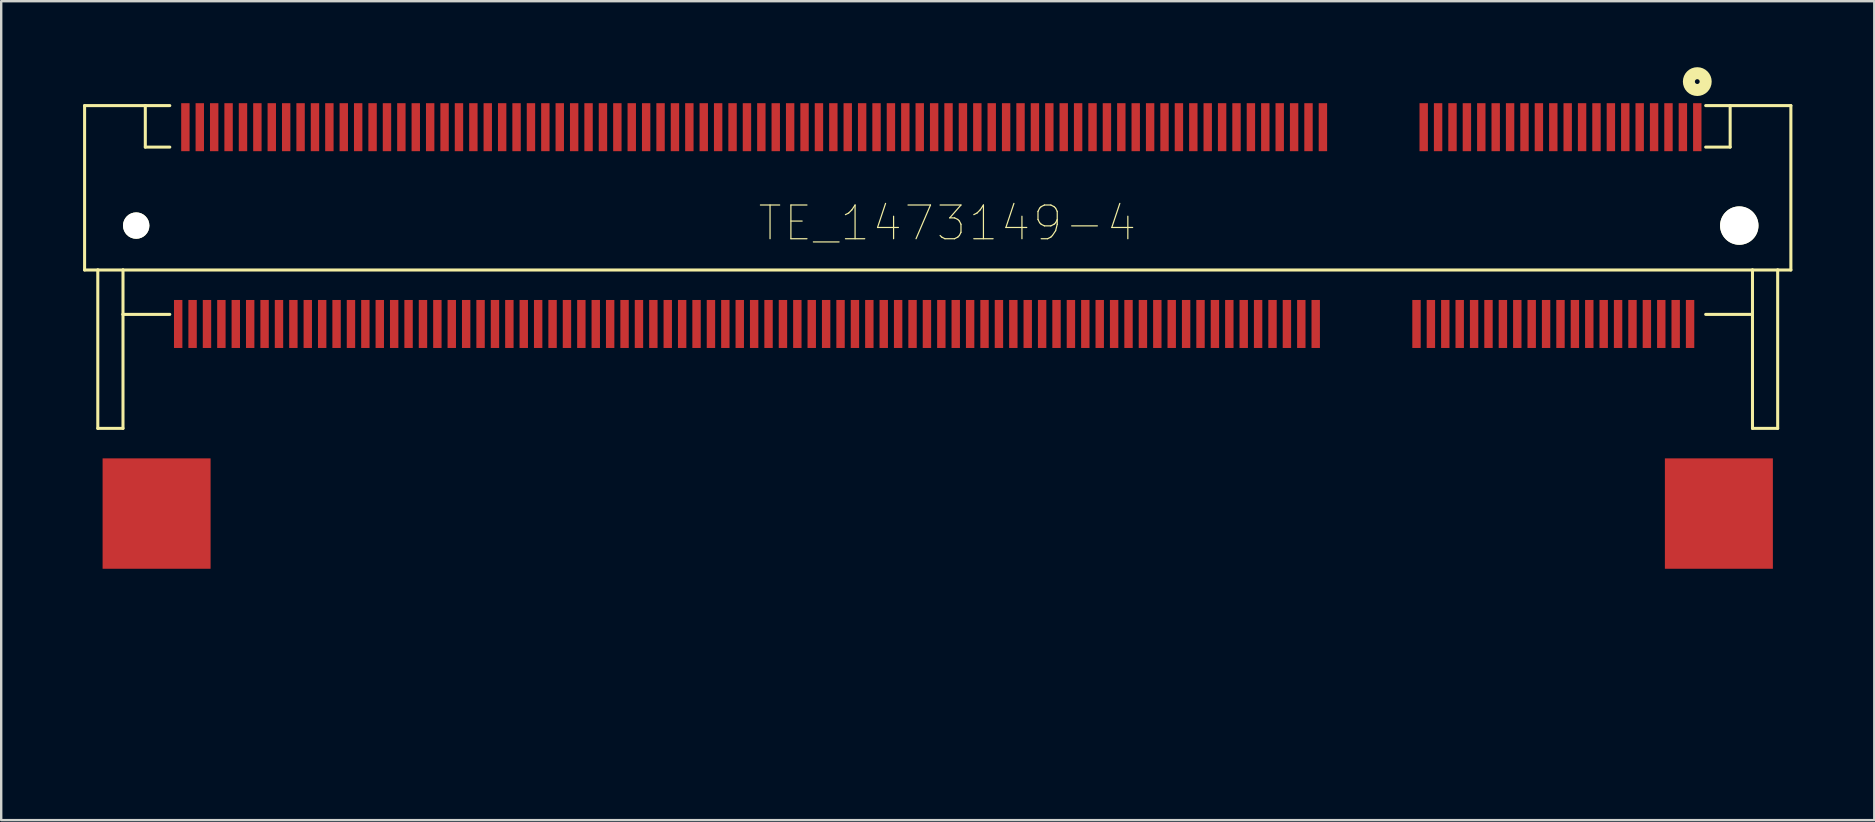
<source format=kicad_pcb>
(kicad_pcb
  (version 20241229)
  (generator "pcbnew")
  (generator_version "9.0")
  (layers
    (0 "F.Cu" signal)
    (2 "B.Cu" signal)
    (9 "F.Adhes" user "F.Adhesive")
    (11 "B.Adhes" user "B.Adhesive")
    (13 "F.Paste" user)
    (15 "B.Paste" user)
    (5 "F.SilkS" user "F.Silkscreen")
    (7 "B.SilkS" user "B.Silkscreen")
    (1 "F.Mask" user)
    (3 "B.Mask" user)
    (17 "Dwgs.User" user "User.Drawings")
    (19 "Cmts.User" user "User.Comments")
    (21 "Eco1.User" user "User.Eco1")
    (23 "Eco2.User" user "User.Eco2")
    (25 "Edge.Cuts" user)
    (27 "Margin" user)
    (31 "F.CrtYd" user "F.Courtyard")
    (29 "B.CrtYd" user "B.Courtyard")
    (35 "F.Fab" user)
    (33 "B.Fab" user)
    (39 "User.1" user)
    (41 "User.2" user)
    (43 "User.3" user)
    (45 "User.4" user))
  (footprint "TE_1473149-4"
    (layer "F.Cu")
    (at 36.025 6.35)
    (property "Reference" "TE_1473149-4" (at 0.4 -0.1 0) (layer "F.SilkS") (effects (font (size 1.404 1.404) (thickness 0.05))))
    (attr smd)
    (fp_line (start -35.55 -5) (end -35.55 1.85) (stroke (width 0.127) (type solid)) (layer "F.SilkS"))
    (fp_line (start -35.55 -5) (end -33.02 -5) (stroke (width 0.127) (type solid)) (layer "F.SilkS"))
    (fp_line (start -35.55 1.85) (end -35 1.85) (stroke (width 0.127) (type solid)) (layer "F.SilkS"))
    (fp_line (start -35 1.85) (end -35 8.45) (stroke (width 0.127) (type solid)) (layer "F.SilkS"))
    (fp_line (start -35 1.85) (end -33.95 1.85) (stroke (width 0.127) (type solid)) (layer "F.SilkS"))
    (fp_line (start -33.95 1.85) (end -33.95 3.7) (stroke (width 0.127) (type solid)) (layer "F.SilkS"))
    (fp_line (start -33.95 1.85) (end 33.95 1.85) (stroke (width 0.127) (type solid)) (layer "F.SilkS"))
    (fp_line (start -33.95 3.7) (end -33.95 8.45) (stroke (width 0.127) (type solid)) (layer "F.SilkS"))
    (fp_line (start -33.95 3.7) (end -32 3.7) (stroke (width 0.127) (type solid)) (layer "F.SilkS"))
    (fp_line (start -33.95 8.45) (end -35 8.45) (stroke (width 0.127) (type solid)) (layer "F.SilkS"))
    (fp_line (start -33.02 -5) (end -33.02 -3.27) (stroke (width 0.127) (type solid)) (layer "F.SilkS"))
    (fp_line (start -33.02 -3.27) (end -32 -3.27) (stroke (width 0.127) (type solid)) (layer "F.SilkS"))
    (fp_line (start -33 -5) (end -32 -5) (stroke (width 0.127) (type solid)) (layer "F.SilkS"))
    (fp_line (start 32 -5) (end 33 -5) (stroke (width 0.127) (type solid)) (layer "F.SilkS"))
    (fp_line (start 32 3.7) (end 33.95 3.7) (stroke (width 0.127) (type solid)) (layer "F.SilkS"))
    (fp_line (start 33.02 -5) (end 33.02 -3.27) (stroke (width 0.127) (type solid)) (layer "F.SilkS"))
    (fp_line (start 33.02 -3.27) (end 32 -3.27) (stroke (width 0.127) (type solid)) (layer "F.SilkS"))
    (fp_line (start 33.95 1.85) (end 33.95 8.45) (stroke (width 0.127) (type solid)) (layer "F.SilkS"))
    (fp_line (start 33.95 1.85) (end 35 1.85) (stroke (width 0.127) (type solid)) (layer "F.SilkS"))
    (fp_line (start 33.95 8.45) (end 35 8.45) (stroke (width 0.127) (type solid)) (layer "F.SilkS"))
    (fp_line (start 35 1.85) (end 35.55 1.85) (stroke (width 0.127) (type solid)) (layer "F.SilkS"))
    (fp_line (start 35 8.45) (end 35 1.85) (stroke (width 0.127) (type solid)) (layer "F.SilkS"))
    (fp_line (start 35.55 -5) (end 33.02 -5) (stroke (width 0.127) (type solid)) (layer "F.SilkS"))
    (fp_line (start 35.55 1.85) (end 35.55 -5) (stroke (width 0.127) (type solid)) (layer "F.SilkS"))
    (fp_circle (center 31.65 -6) (end 31.75 -6) (stroke (width 0.5) (type solid)) (fill no) (layer "F.SilkS"))
    (fp_line (start -36 -5.35) (end 36 -5.35) (stroke (width 0.05) (type solid)) (layer "Eco1.User"))
    (fp_line (start -36 21.75) (end -36 -5.35) (stroke (width 0.05) (type solid)) (layer "Eco1.User"))
    (fp_line (start -36 21.75) (end -30.05 21.75) (stroke (width 0.05) (type solid)) (layer "Eco1.User"))
    (fp_line (start -30.05 5.35) (end 30.05 5.35) (stroke (width 0.05) (type solid)) (layer "Eco1.User"))
    (fp_line (start -30.05 21.75) (end -30.05 5.35) (stroke (width 0.05) (type solid)) (layer "Eco1.User"))
    (fp_line (start 30.05 5.35) (end 30.05 21.75) (stroke (width 0.05) (type solid)) (layer "Eco1.User"))
    (fp_line (start 30.05 21.75) (end 36 21.75) (stroke (width 0.05) (type solid)) (layer "Eco1.User"))
    (fp_line (start 36 -5.35) (end 36 21.75) (stroke (width 0.05) (type solid)) (layer "Eco1.User"))
    (fp_line (start -35.75 10.4) (end -35.75 16.45) (stroke (width 0.127) (type solid)) (layer "Eco2.User"))
    (fp_line (start -35.7 16.45) (end -35.4 16.45) (stroke (width 0.127) (type solid)) (layer "Eco2.User"))
    (fp_line (start -35.55 -5) (end -35.55 1.85) (stroke (width 0.127) (type solid)) (layer "Eco2.User"))
    (fp_line (start -35.55 1.85) (end -35 1.85) (stroke (width 0.127) (type solid)) (layer "Eco2.User"))
    (fp_line (start -35.4 16) (end -35.4 10.6) (stroke (width 0.127) (type solid)) (layer "Eco2.User"))
    (fp_line (start -35.4 16.45) (end -35.4 16) (stroke (width 0.127) (type solid)) (layer "Eco2.User"))
    (fp_line (start -35.3 15.2) (end -33.6 15.2) (stroke (width 0.127) (type solid)) (layer "Eco2.User"))
    (fp_line (start -35 1.85) (end -35 8.45) (stroke (width 0.127) (type solid)) (layer "Eco2.User"))
    (fp_line (start -35 1.85) (end -33.95 1.85) (stroke (width 0.127) (type solid)) (layer "Eco2.User"))
    (fp_line (start -35 8.45) (end -35 9.9) (stroke (width 0.127) (type solid)) (layer "Eco2.User"))
    (fp_line (start -35 8.45) (end -33.95 8.45) (stroke (width 0.127) (type solid)) (layer "Eco2.User"))
    (fp_line (start -35 9.9) (end -35.75 10.4) (stroke (width 0.127) (type solid)) (layer "Eco2.User"))
    (fp_line (start -34.7 8.5) (end -34.7 10.1) (stroke (width 0.127) (type solid)) (layer "Eco2.User"))
    (fp_line (start -34.7 10.1) (end -35.4 10.6) (stroke (width 0.127) (type solid)) (layer "Eco2.User"))
    (fp_line (start -34.6 8.5) (end -34.2 16.4) (stroke (width 0.127) (type solid)) (layer "Eco2.User"))
    (fp_line (start -34.6 17.8) (end -34.6 20.75) (stroke (width 0.127) (type solid)) (layer "Eco2.User"))
    (fp_line (start -34.6 17.9) (end -34.5 16.4) (stroke (width 0.127) (type solid)) (layer "Eco2.User"))
    (fp_line (start -34.5 16.4) (end -33.2 16.6) (stroke (width 0.127) (type solid)) (layer "Eco2.User"))
    (fp_line (start -34.3 17.9) (end -34.6 17.9) (stroke (width 0.127) (type solid)) (layer "Eco2.User"))
    (fp_line (start -34.3 20.7) (end -34.3 17.9) (stroke (width 0.127) (type solid)) (layer "Eco2.User"))
    (fp_line (start -34.2 16.4) (end -33.9 16.4) (stroke (width 0.127) (type solid)) (layer "Eco2.User"))
    (fp_line (start -33.95 1.85) (end 33.95 1.85) (stroke (width 0.127) (type solid)) (layer "Eco2.User"))
    (fp_line (start -33.95 3.7) (end -33.95 1.85) (stroke (width 0.127) (type solid)) (layer "Eco2.User"))
    (fp_line (start -33.95 8.45) (end -33.95 3.7) (stroke (width 0.127) (type solid)) (layer "Eco2.User"))
    (fp_line (start -33.9 16.4) (end -34.3 8.5) (stroke (width 0.127) (type solid)) (layer "Eco2.User"))
    (fp_line (start -33.9 20.3) (end -33.9 20.1) (stroke (width 0.254) (type solid)) (layer "Eco2.User"))
    (fp_line (start -33.85 21.5) (end -33.8 21.5) (stroke (width 0.127) (type solid)) (layer "Eco2.User"))
    (fp_line (start -33.8 21.5) (end -33.707 21.5) (stroke (width 0.127) (type solid)) (layer "Eco2.User"))
    (fp_line (start -33.707 21.2) (end -33.8 21.2) (stroke (width 0.127) (type solid)) (layer "Eco2.User"))
    (fp_line (start -33.6 15.2) (end -33.6 16) (stroke (width 0.127) (type solid)) (layer "Eco2.User"))
    (fp_line (start -33.6 16) (end -35.4 16) (stroke (width 0.127) (type solid)) (layer "Eco2.User"))
    (fp_line (start -33.529 21.129) (end -33.4 21) (stroke (width 0.127) (type solid)) (layer "Eco2.User"))
    (fp_line (start -33.4 19.6) (end -33.1 19.6) (stroke (width 0.254) (type solid)) (layer "Eco2.User"))
    (fp_line (start -33.288 21.288) (end -33.2 21.2) (stroke (width 0.127) (type solid)) (layer "Eco2.User"))
    (fp_line (start -33.2 16.6) (end -33 17.9) (stroke (width 0.127) (type solid)) (layer "Eco2.User"))
    (fp_line (start -33.2 21.2) (end -33.4 21) (stroke (width 0.127) (type solid)) (layer "Eco2.User"))
    (fp_line (start -33.2 21.2) (end -33 20.8) (stroke (width 0.127) (type solid)) (layer "Eco2.User"))
    (fp_line (start -33.1 18.5) (end -34.2 18.5) (stroke (width 0.254) (type solid)) (layer "Eco2.User"))
    (fp_line (start -33.02 -5) (end -35.55 -5) (stroke (width 0.127) (type solid)) (layer "Eco2.User"))
    (fp_line (start -33.02 -3.27) (end -33.02 -5) (stroke (width 0.127) (type solid)) (layer "Eco2.User"))
    (fp_line (start -33 17.9) (end -34.3 17.9) (stroke (width 0.127) (type solid)) (layer "Eco2.User"))
    (fp_line (start -33 20.8) (end -33.4 20.8) (stroke (width 0.254) (type solid)) (layer "Eco2.User"))
    (fp_line (start -33 20.8) (end -33.4 21) (stroke (width 0.127) (type solid)) (layer "Eco2.User"))
    (fp_line (start -33 20.8) (end -33 19.9) (stroke (width 0.127) (type solid)) (layer "Eco2.User"))
    (fp_line (start -32.6 19.1) (end -32.6 19) (stroke (width 0.127) (type solid)) (layer "Eco2.User"))
    (fp_line (start 32.6 19.1) (end 32.6 19) (stroke (width 0.127) (type solid)) (layer "Eco2.User"))
    (fp_line (start 33 17.9) (end 34.3 17.9) (stroke (width 0.127) (type solid)) (layer "Eco2.User"))
    (fp_line (start 33 20.8) (end 33 19.9) (stroke (width 0.127) (type solid)) (layer "Eco2.User"))
    (fp_line (start 33 20.8) (end 33.4 20.8) (stroke (width 0.254) (type solid)) (layer "Eco2.User"))
    (fp_line (start 33 20.8) (end 33.4 21) (stroke (width 0.127) (type solid)) (layer "Eco2.User"))
    (fp_line (start 33.02 -5) (end -33.02 -5) (stroke (width 0.127) (type solid)) (layer "Eco2.User"))
    (fp_line (start 33.02 -5) (end 33.02 -3.27) (stroke (width 0.127) (type solid)) (layer "Eco2.User"))
    (fp_line (start 33.02 -3.27) (end -33.02 -3.27) (stroke (width 0.127) (type solid)) (layer "Eco2.User"))
    (fp_line (start 33.1 18.5) (end 34.2 18.5) (stroke (width 0.254) (type solid)) (layer "Eco2.User"))
    (fp_line (start 33.2 16.6) (end 33 17.9) (stroke (width 0.127) (type solid)) (layer "Eco2.User"))
    (fp_line (start 33.2 21.2) (end 33 20.8) (stroke (width 0.127) (type solid)) (layer "Eco2.User"))
    (fp_line (start 33.2 21.2) (end 33.4 21) (stroke (width 0.127) (type solid)) (layer "Eco2.User"))
    (fp_line (start 33.288 21.288) (end 33.2 21.2) (stroke (width 0.127) (type solid)) (layer "Eco2.User"))
    (fp_line (start 33.4 19.6) (end 33.1 19.6) (stroke (width 0.254) (type solid)) (layer "Eco2.User"))
    (fp_line (start 33.529 21.129) (end 33.4 21) (stroke (width 0.127) (type solid)) (layer "Eco2.User"))
    (fp_line (start 33.6 15.2) (end 33.6 16) (stroke (width 0.127) (type solid)) (layer "Eco2.User"))
    (fp_line (start 33.6 16) (end 35.4 16) (stroke (width 0.127) (type solid)) (layer "Eco2.User"))
    (fp_line (start 33.707 21.2) (end 33.8 21.2) (stroke (width 0.127) (type solid)) (layer "Eco2.User"))
    (fp_line (start 33.8 21.5) (end 33.707 21.5) (stroke (width 0.127) (type solid)) (layer "Eco2.User"))
    (fp_line (start 33.85 21.5) (end 33.8 21.5) (stroke (width 0.127) (type solid)) (layer "Eco2.User"))
    (fp_line (start 33.9 16.4) (end 34.3 8.5) (stroke (width 0.127) (type solid)) (layer "Eco2.User"))
    (fp_line (start 33.9 20.3) (end 33.9 20.1) (stroke (width 0.254) (type solid)) (layer "Eco2.User"))
    (fp_line (start 33.95 1.85) (end 33.95 3.7) (stroke (width 0.127) (type solid)) (layer "Eco2.User"))
    (fp_line (start 33.95 1.85) (end 35.55 1.85) (stroke (width 0.127) (type solid)) (layer "Eco2.User"))
    (fp_line (start 33.95 3.7) (end -33.95 3.7) (stroke (width 0.127) (type solid)) (layer "Eco2.User"))
    (fp_line (start 33.95 8.45) (end 33.95 3.7) (stroke (width 0.127) (type solid)) (layer "Eco2.User"))
    (fp_line (start 34.2 16.4) (end 33.9 16.4) (stroke (width 0.127) (type solid)) (layer "Eco2.User"))
    (fp_line (start 34.3 17.9) (end 34.6 17.9) (stroke (width 0.127) (type solid)) (layer "Eco2.User"))
    (fp_line (start 34.3 20.7) (end 34.3 17.9) (stroke (width 0.127) (type solid)) (layer "Eco2.User"))
    (fp_line (start 34.5 16.4) (end 33.2 16.6) (stroke (width 0.127) (type solid)) (layer "Eco2.User"))
    (fp_line (start 34.6 8.5) (end 34.2 16.4) (stroke (width 0.127) (type solid)) (layer "Eco2.User"))
    (fp_line (start 34.6 17.8) (end 34.6 20.75) (stroke (width 0.127) (type solid)) (layer "Eco2.User"))
    (fp_line (start 34.6 17.9) (end 34.5 16.4) (stroke (width 0.127) (type solid)) (layer "Eco2.User"))
    (fp_line (start 34.7 8.5) (end 34.7 10.1) (stroke (width 0.127) (type solid)) (layer "Eco2.User"))
    (fp_line (start 34.7 10.1) (end 35.4 10.6) (stroke (width 0.127) (type solid)) (layer "Eco2.User"))
    (fp_line (start 35 1.85) (end 35 8.45) (stroke (width 0.127) (type solid)) (layer "Eco2.User"))
    (fp_line (start 35 8.45) (end 33.95 8.45) (stroke (width 0.127) (type solid)) (layer "Eco2.User"))
    (fp_line (start 35 8.45) (end 35 9.9) (stroke (width 0.127) (type solid)) (layer "Eco2.User"))
    (fp_line (start 35 9.9) (end 35.75 10.4) (stroke (width 0.127) (type solid)) (layer "Eco2.User"))
    (fp_line (start 35.3 15.2) (end 33.6 15.2) (stroke (width 0.127) (type solid)) (layer "Eco2.User"))
    (fp_line (start 35.4 16) (end 35.4 10.6) (stroke (width 0.127) (type solid)) (layer "Eco2.User"))
    (fp_line (start 35.4 16.45) (end 35.4 16) (stroke (width 0.127) (type solid)) (layer "Eco2.User"))
    (fp_line (start 35.55 -5) (end 33.02 -5) (stroke (width 0.127) (type solid)) (layer "Eco2.User"))
    (fp_line (start 35.55 1.85) (end 35.55 -5) (stroke (width 0.127) (type solid)) (layer "Eco2.User"))
    (fp_line (start 35.7 16.45) (end 35.4 16.45) (stroke (width 0.127) (type solid)) (layer "Eco2.User"))
    (fp_line (start 35.75 10.4) (end 35.75 16.45) (stroke (width 0.127) (type solid)) (layer "Eco2.User"))
    (fp_arc (start -34.5 18.4) (mid -33.43934 18.83934) (end -33 19.9) (stroke (width 0.127) (type solid)) (layer "Eco2.User"))
    (fp_arc (start -33.9 20.1) (mid -33.753553 19.746447) (end -33.4 19.6) (stroke (width 0.254) (type solid)) (layer "Eco2.User"))
    (fp_arc (start -33.85 21.5) (mid -34.38033 21.28033) (end -34.6 20.75) (stroke (width 0.127) (type solid)) (layer "Eco2.User"))
    (fp_arc (start -33.8 21.2) (mid -34.153553 21.053553) (end -34.3 20.7) (stroke (width 0.127) (type solid)) (layer "Eco2.User"))
    (fp_arc (start -33.5293 21.1293) (mid -33.607423 21.18155) (end -33.699579 21.200006) (stroke (width 0.127) (type solid)) (layer "Eco2.User"))
    (fp_arc (start -33.4 20.8) (mid -33.753553 20.653553) (end -33.9 20.3) (stroke (width 0.254) (type solid)) (layer "Eco2.User"))
    (fp_arc (start -33.2879 21.2879) (mid -33.52227 21.444649) (end -33.798736 21.500018) (stroke (width 0.127) (type solid)) (layer "Eco2.User"))
    (fp_arc (start -33.1 18.5) (mid -32.746447 18.646447) (end -32.6 19) (stroke (width 0.254) (type solid)) (layer "Eco2.User"))
    (fp_arc (start -32.6 19.1) (mid -32.746447 19.453553) (end -33.1 19.6) (stroke (width 0.254) (type solid)) (layer "Eco2.User"))
    (fp_arc (start 32.6 19) (mid 32.746447 18.646447) (end 33.1 18.5) (stroke (width 0.254) (type solid)) (layer "Eco2.User"))
    (fp_arc (start 33 19.9) (mid 33.43934 18.83934) (end 34.5 18.4) (stroke (width 0.127) (type solid)) (layer "Eco2.User"))
    (fp_arc (start 33.1 19.6) (mid 32.746447 19.453553) (end 32.6 19.1) (stroke (width 0.254) (type solid)) (layer "Eco2.User"))
    (fp_arc (start 33.4 19.6) (mid 33.753553 19.746447) (end 33.9 20.1) (stroke (width 0.254) (type solid)) (layer "Eco2.User"))
    (fp_arc (start 33.699579 21.200006) (mid 33.607423 21.18155) (end 33.5293 21.1293) (stroke (width 0.127) (type solid)) (layer "Eco2.User"))
    (fp_arc (start 33.798736 21.500018) (mid 33.52227 21.444649) (end 33.2879 21.2879) (stroke (width 0.127) (type solid)) (layer "Eco2.User"))
    (fp_arc (start 33.9 20.3) (mid 33.753553 20.653553) (end 33.4 20.8) (stroke (width 0.254) (type solid)) (layer "Eco2.User"))
    (fp_arc (start 34.3 20.7) (mid 34.153553 21.053553) (end 33.8 21.2) (stroke (width 0.127) (type solid)) (layer "Eco2.User"))
    (fp_arc (start 34.6 20.75) (mid 34.38033 21.28033) (end 33.85 21.5) (stroke (width 0.127) (type solid)) (layer "Eco2.User"))
    (fp_circle (center 32.285 -4.095) (end 32.385 -4.095) (stroke (width 0.5) (type solid)) (fill no) (layer "Eco2.User"))
    (pad "" np_thru_hole circle (at -33.4 0) (size 1.1 1.1) (drill 1.1) (layers "*.Cu" "*.Mask" "F.SilkS"))
    (pad "" np_thru_hole circle (at 33.4 0) (size 1.6 1.6) (drill 1.6) (layers "*.Cu" "*.Mask" "F.SilkS"))
    (pad "1" smd rect (at 31.65 -4.1 90) (size 2 0.35) (layers "F.Cu" "F.Mask" "F.Paste"))
    (pad "2" smd rect (at 31.35 4.1 90) (size 2 0.35) (layers "F.Cu" "F.Mask" "F.Paste"))
    (pad "3" smd rect (at 31.05 -4.1 90) (size 2 0.35) (layers "F.Cu" "F.Mask" "F.Paste"))
    (pad "4" smd rect (at 30.75 4.1 90) (size 2 0.35) (layers "F.Cu" "F.Mask" "F.Paste"))
    (pad "5" smd rect (at 30.45 -4.1 90) (size 2 0.35) (layers "F.Cu" "F.Mask" "F.Paste"))
    (pad "6" smd rect (at 30.15 4.1 90) (size 2 0.35) (layers "F.Cu" "F.Mask" "F.Paste"))
    (pad "7" smd rect (at 29.85 -4.1 90) (size 2 0.35) (layers "F.Cu" "F.Mask" "F.Paste"))
    (pad "8" smd rect (at 29.55 4.1 90) (size 2 0.35) (layers "F.Cu" "F.Mask" "F.Paste"))
    (pad "9" smd rect (at 29.25 -4.1 90) (size 2 0.35) (layers "F.Cu" "F.Mask" "F.Paste"))
    (pad "10" smd rect (at 28.95 4.1 90) (size 2 0.35) (layers "F.Cu" "F.Mask" "F.Paste"))
    (pad "11" smd rect (at 28.65 -4.1 90) (size 2 0.35) (layers "F.Cu" "F.Mask" "F.Paste"))
    (pad "12" smd rect (at 28.35 4.1 90) (size 2 0.35) (layers "F.Cu" "F.Mask" "F.Paste"))
    (pad "13" smd rect (at 28.05 -4.1 90) (size 2 0.35) (layers "F.Cu" "F.Mask" "F.Paste"))
    (pad "14" smd rect (at 27.75 4.1 90) (size 2 0.35) (layers "F.Cu" "F.Mask" "F.Paste"))
    (pad "15" smd rect (at 27.45 -4.1 90) (size 2 0.35) (layers "F.Cu" "F.Mask" "F.Paste"))
    (pad "16" smd rect (at 27.15 4.1 90) (size 2 0.35) (layers "F.Cu" "F.Mask" "F.Paste"))
    (pad "17" smd rect (at 26.85 -4.1 90) (size 2 0.35) (layers "F.Cu" "F.Mask" "F.Paste"))
    (pad "18" smd rect (at 26.55 4.1 90) (size 2 0.35) (layers "F.Cu" "F.Mask" "F.Paste"))
    (pad "19" smd rect (at 26.25 -4.1 90) (size 2 0.35) (layers "F.Cu" "F.Mask" "F.Paste"))
    (pad "20" smd rect (at 25.95 4.1 90) (size 2 0.35) (layers "F.Cu" "F.Mask" "F.Paste"))
    (pad "21" smd rect (at 25.65 -4.1 90) (size 2 0.35) (layers "F.Cu" "F.Mask" "F.Paste"))
    (pad "22" smd rect (at 25.35 4.1 90) (size 2 0.35) (layers "F.Cu" "F.Mask" "F.Paste"))
    (pad "23" smd rect (at 25.05 -4.1 90) (size 2 0.35) (layers "F.Cu" "F.Mask" "F.Paste"))
    (pad "24" smd rect (at 24.75 4.1 90) (size 2 0.35) (layers "F.Cu" "F.Mask" "F.Paste"))
    (pad "25" smd rect (at 24.45 -4.1 90) (size 2 0.35) (layers "F.Cu" "F.Mask" "F.Paste"))
    (pad "26" smd rect (at 24.15 4.1 90) (size 2 0.35) (layers "F.Cu" "F.Mask" "F.Paste"))
    (pad "27" smd rect (at 23.85 -4.1 90) (size 2 0.35) (layers "F.Cu" "F.Mask" "F.Paste"))
    (pad "28" smd rect (at 23.55 4.1 90) (size 2 0.35) (layers "F.Cu" "F.Mask" "F.Paste"))
    (pad "29" smd rect (at 23.25 -4.1 90) (size 2 0.35) (layers "F.Cu" "F.Mask" "F.Paste"))
    (pad "30" smd rect (at 22.95 4.1 90) (size 2 0.35) (layers "F.Cu" "F.Mask" "F.Paste"))
    (pad "31" smd rect (at 22.65 -4.1 90) (size 2 0.35) (layers "F.Cu" "F.Mask" "F.Paste"))
    (pad "32" smd rect (at 22.35 4.1 90) (size 2 0.35) (layers "F.Cu" "F.Mask" "F.Paste"))
    (pad "33" smd rect (at 22.05 -4.1 90) (size 2 0.35) (layers "F.Cu" "F.Mask" "F.Paste"))
    (pad "34" smd rect (at 21.75 4.1 90) (size 2 0.35) (layers "F.Cu" "F.Mask" "F.Paste"))
    (pad "35" smd rect (at 21.45 -4.1 90) (size 2 0.35) (layers "F.Cu" "F.Mask" "F.Paste"))
    (pad "36" smd rect (at 21.15 4.1 90) (size 2 0.35) (layers "F.Cu" "F.Mask" "F.Paste"))
    (pad "37" smd rect (at 20.85 -4.1 90) (size 2 0.35) (layers "F.Cu" "F.Mask" "F.Paste"))
    (pad "38" smd rect (at 20.55 4.1 90) (size 2 0.35) (layers "F.Cu" "F.Mask" "F.Paste"))
    (pad "39" smd rect (at 20.25 -4.1 90) (size 2 0.35) (layers "F.Cu" "F.Mask" "F.Paste"))
    (pad "40" smd rect (at 19.95 4.1 90) (size 2 0.35) (layers "F.Cu" "F.Mask" "F.Paste"))
    (pad "41" smd rect (at 16.05 -4.1 90) (size 2 0.35) (layers "F.Cu" "F.Mask" "F.Paste"))
    (pad "42" smd rect (at 15.75 4.1 90) (size 2 0.35) (layers "F.Cu" "F.Mask" "F.Paste"))
    (pad "43" smd rect (at 15.45 -4.1 90) (size 2 0.35) (layers "F.Cu" "F.Mask" "F.Paste"))
    (pad "44" smd rect (at 15.15 4.1 90) (size 2 0.35) (layers "F.Cu" "F.Mask" "F.Paste"))
    (pad "45" smd rect (at 14.85 -4.1 90) (size 2 0.35) (layers "F.Cu" "F.Mask" "F.Paste"))
    (pad "46" smd rect (at 14.55 4.1 90) (size 2 0.35) (layers "F.Cu" "F.Mask" "F.Paste"))
    (pad "47" smd rect (at 14.25 -4.1 90) (size 2 0.35) (layers "F.Cu" "F.Mask" "F.Paste"))
    (pad "48" smd rect (at 13.95 4.1 90) (size 2 0.35) (layers "F.Cu" "F.Mask" "F.Paste"))
    (pad "49" smd rect (at 13.65 -4.1 90) (size 2 0.35) (layers "F.Cu" "F.Mask" "F.Paste"))
    (pad "50" smd rect (at 13.35 4.1 90) (size 2 0.35) (layers "F.Cu" "F.Mask" "F.Paste"))
    (pad "51" smd rect (at 13.05 -4.1 90) (size 2 0.35) (layers "F.Cu" "F.Mask" "F.Paste"))
    (pad "52" smd rect (at 12.75 4.1 90) (size 2 0.35) (layers "F.Cu" "F.Mask" "F.Paste"))
    (pad "53" smd rect (at 12.45 -4.1 90) (size 2 0.35) (layers "F.Cu" "F.Mask" "F.Paste"))
    (pad "54" smd rect (at 12.15 4.1 90) (size 2 0.35) (layers "F.Cu" "F.Mask" "F.Paste"))
    (pad "55" smd rect (at 11.85 -4.1 90) (size 2 0.35) (layers "F.Cu" "F.Mask" "F.Paste"))
    (pad "56" smd rect (at 11.55 4.1 90) (size 2 0.35) (layers "F.Cu" "F.Mask" "F.Paste"))
    (pad "57" smd rect (at 11.25 -4.1 90) (size 2 0.35) (layers "F.Cu" "F.Mask" "F.Paste"))
    (pad "58" smd rect (at 10.95 4.1 90) (size 2 0.35) (layers "F.Cu" "F.Mask" "F.Paste"))
    (pad "59" smd rect (at 10.65 -4.1 90) (size 2 0.35) (layers "F.Cu" "F.Mask" "F.Paste"))
    (pad "60" smd rect (at 10.35 4.1 90) (size 2 0.35) (layers "F.Cu" "F.Mask" "F.Paste"))
    (pad "61" smd rect (at 10.05 -4.1 90) (size 2 0.35) (layers "F.Cu" "F.Mask" "F.Paste"))
    (pad "62" smd rect (at 9.75 4.1 90) (size 2 0.35) (layers "F.Cu" "F.Mask" "F.Paste"))
    (pad "63" smd rect (at 9.45 -4.1 90) (size 2 0.35) (layers "F.Cu" "F.Mask" "F.Paste"))
    (pad "64" smd rect (at 9.15 4.1 90) (size 2 0.35) (layers "F.Cu" "F.Mask" "F.Paste"))
    (pad "65" smd rect (at 8.85 -4.1 90) (size 2 0.35) (layers "F.Cu" "F.Mask" "F.Paste"))
    (pad "66" smd rect (at 8.55 4.1 90) (size 2 0.35) (layers "F.Cu" "F.Mask" "F.Paste"))
    (pad "67" smd rect (at 8.25 -4.1 90) (size 2 0.35) (layers "F.Cu" "F.Mask" "F.Paste"))
    (pad "68" smd rect (at 7.95 4.1 90) (size 2 0.35) (layers "F.Cu" "F.Mask" "F.Paste"))
    (pad "69" smd rect (at 7.65 -4.1 90) (size 2 0.35) (layers "F.Cu" "F.Mask" "F.Paste"))
    (pad "70" smd rect (at 7.35 4.1 90) (size 2 0.35) (layers "F.Cu" "F.Mask" "F.Paste"))
    (pad "71" smd rect (at 7.05 -4.1 90) (size 2 0.35) (layers "F.Cu" "F.Mask" "F.Paste"))
    (pad "72" smd rect (at 6.75 4.1 90) (size 2 0.35) (layers "F.Cu" "F.Mask" "F.Paste"))
    (pad "73" smd rect (at 6.45 -4.1 90) (size 2 0.35) (layers "F.Cu" "F.Mask" "F.Paste"))
    (pad "74" smd rect (at 6.15 4.1 90) (size 2 0.35) (layers "F.Cu" "F.Mask" "F.Paste"))
    (pad "75" smd rect (at 5.85 -4.1 90) (size 2 0.35) (layers "F.Cu" "F.Mask" "F.Paste"))
    (pad "76" smd rect (at 5.55 4.1 90) (size 2 0.35) (layers "F.Cu" "F.Mask" "F.Paste"))
    (pad "77" smd rect (at 5.25 -4.1 90) (size 2 0.35) (layers "F.Cu" "F.Mask" "F.Paste"))
    (pad "78" smd rect (at 4.95 4.1 90) (size 2 0.35) (layers "F.Cu" "F.Mask" "F.Paste"))
    (pad "79" smd rect (at 4.65 -4.1 90) (size 2 0.35) (layers "F.Cu" "F.Mask" "F.Paste"))
    (pad "80" smd rect (at 4.35 4.1 90) (size 2 0.35) (layers "F.Cu" "F.Mask" "F.Paste"))
    (pad "81" smd rect (at 4.05 -4.1 90) (size 2 0.35) (layers "F.Cu" "F.Mask" "F.Paste"))
    (pad "82" smd rect (at 3.75 4.1 90) (size 2 0.35) (layers "F.Cu" "F.Mask" "F.Paste"))
    (pad "83" smd rect (at 3.45 -4.1 90) (size 2 0.35) (layers "F.Cu" "F.Mask" "F.Paste"))
    (pad "84" smd rect (at 3.15 4.1 90) (size 2 0.35) (layers "F.Cu" "F.Mask" "F.Paste"))
    (pad "85" smd rect (at 2.85 -4.1 90) (size 2 0.35) (layers "F.Cu" "F.Mask" "F.Paste"))
    (pad "86" smd rect (at 2.55 4.1 90) (size 2 0.35) (layers "F.Cu" "F.Mask" "F.Paste"))
    (pad "87" smd rect (at 2.25 -4.1 90) (size 2 0.35) (layers "F.Cu" "F.Mask" "F.Paste"))
    (pad "88" smd rect (at 1.95 4.1 90) (size 2 0.35) (layers "F.Cu" "F.Mask" "F.Paste"))
    (pad "89" smd rect (at 1.65 -4.1 90) (size 2 0.35) (layers "F.Cu" "F.Mask" "F.Paste"))
    (pad "90" smd rect (at 1.35 4.1 90) (size 2 0.35) (layers "F.Cu" "F.Mask" "F.Paste"))
    (pad "91" smd rect (at 1.05 -4.1 90) (size 2 0.35) (layers "F.Cu" "F.Mask" "F.Paste"))
    (pad "92" smd rect (at 0.75 4.1 90) (size 2 0.35) (layers "F.Cu" "F.Mask" "F.Paste"))
    (pad "93" smd rect (at 0.45 -4.1 90) (size 2 0.35) (layers "F.Cu" "F.Mask" "F.Paste"))
    (pad "94" smd rect (at 0.15 4.1 90) (size 2 0.35) (layers "F.Cu" "F.Mask" "F.Paste"))
    (pad "95" smd rect (at -0.15 -4.1 90) (size 2 0.35) (layers "F.Cu" "F.Mask" "F.Paste"))
    (pad "96" smd rect (at -0.45 4.1 90) (size 2 0.35) (layers "F.Cu" "F.Mask" "F.Paste"))
    (pad "97" smd rect (at -0.75 -4.1 90) (size 2 0.35) (layers "F.Cu" "F.Mask" "F.Paste"))
    (pad "98" smd rect (at -1.05 4.1 90) (size 2 0.35) (layers "F.Cu" "F.Mask" "F.Paste"))
    (pad "99" smd rect (at -1.35 -4.1 90) (size 2 0.35) (layers "F.Cu" "F.Mask" "F.Paste"))
    (pad "100" smd rect (at -1.65 4.1 90) (size 2 0.35) (layers "F.Cu" "F.Mask" "F.Paste"))
    (pad "101" smd rect (at -1.95 -4.1 90) (size 2 0.35) (layers "F.Cu" "F.Mask" "F.Paste"))
    (pad "102" smd rect (at -2.25 4.1 90) (size 2 0.35) (layers "F.Cu" "F.Mask" "F.Paste"))
    (pad "103" smd rect (at -2.55 -4.1 90) (size 2 0.35) (layers "F.Cu" "F.Mask" "F.Paste"))
    (pad "104" smd rect (at -2.85 4.1 90) (size 2 0.35) (layers "F.Cu" "F.Mask" "F.Paste"))
    (pad "105" smd rect (at -3.15 -4.1 90) (size 2 0.35) (layers "F.Cu" "F.Mask" "F.Paste"))
    (pad "106" smd rect (at -3.45 4.1 90) (size 2 0.35) (layers "F.Cu" "F.Mask" "F.Paste"))
    (pad "107" smd rect (at -3.75 -4.1 90) (size 2 0.35) (layers "F.Cu" "F.Mask" "F.Paste"))
    (pad "108" smd rect (at -4.05 4.1 90) (size 2 0.35) (layers "F.Cu" "F.Mask" "F.Paste"))
    (pad "109" smd rect (at -4.35 -4.1 90) (size 2 0.35) (layers "F.Cu" "F.Mask" "F.Paste"))
    (pad "110" smd rect (at -4.65 4.1 90) (size 2 0.35) (layers "F.Cu" "F.Mask" "F.Paste"))
    (pad "111" smd rect (at -4.95 -4.1 90) (size 2 0.35) (layers "F.Cu" "F.Mask" "F.Paste"))
    (pad "112" smd rect (at -5.25 4.1 90) (size 2 0.35) (layers "F.Cu" "F.Mask" "F.Paste"))
    (pad "113" smd rect (at -5.55 -4.1 90) (size 2 0.35) (layers "F.Cu" "F.Mask" "F.Paste"))
    (pad "114" smd rect (at -5.85 4.1 90) (size 2 0.35) (layers "F.Cu" "F.Mask" "F.Paste"))
    (pad "115" smd rect (at -6.15 -4.1 90) (size 2 0.35) (layers "F.Cu" "F.Mask" "F.Paste"))
    (pad "116" smd rect (at -6.45 4.1 90) (size 2 0.35) (layers "F.Cu" "F.Mask" "F.Paste"))
    (pad "117" smd rect (at -6.75 -4.1 90) (size 2 0.35) (layers "F.Cu" "F.Mask" "F.Paste"))
    (pad "118" smd rect (at -7.05 4.1 90) (size 2 0.35) (layers "F.Cu" "F.Mask" "F.Paste"))
    (pad "119" smd rect (at -7.35 -4.1 90) (size 2 0.35) (layers "F.Cu" "F.Mask" "F.Paste"))
    (pad "120" smd rect (at -7.65 4.1 90) (size 2 0.35) (layers "F.Cu" "F.Mask" "F.Paste"))
    (pad "121" smd rect (at -7.95 -4.1 90) (size 2 0.35) (layers "F.Cu" "F.Mask" "F.Paste"))
    (pad "122" smd rect (at -8.25 4.1 90) (size 2 0.35) (layers "F.Cu" "F.Mask" "F.Paste"))
    (pad "123" smd rect (at -8.55 -4.1 90) (size 2 0.35) (layers "F.Cu" "F.Mask" "F.Paste"))
    (pad "124" smd rect (at -8.85 4.1 90) (size 2 0.35) (layers "F.Cu" "F.Mask" "F.Paste"))
    (pad "125" smd rect (at -9.15 -4.1 90) (size 2 0.35) (layers "F.Cu" "F.Mask" "F.Paste"))
    (pad "126" smd rect (at -9.45 4.1 90) (size 2 0.35) (layers "F.Cu" "F.Mask" "F.Paste"))
    (pad "127" smd rect (at -9.75 -4.1 90) (size 2 0.35) (layers "F.Cu" "F.Mask" "F.Paste"))
    (pad "128" smd rect (at -10.05 4.1 90) (size 2 0.35) (layers "F.Cu" "F.Mask" "F.Paste"))
    (pad "129" smd rect (at -10.35 -4.1 90) (size 2 0.35) (layers "F.Cu" "F.Mask" "F.Paste"))
    (pad "130" smd rect (at -10.65 4.1 90) (size 2 0.35) (layers "F.Cu" "F.Mask" "F.Paste"))
    (pad "131" smd rect (at -10.95 -4.1 90) (size 2 0.35) (layers "F.Cu" "F.Mask" "F.Paste"))
    (pad "132" smd rect (at -11.25 4.1 90) (size 2 0.35) (layers "F.Cu" "F.Mask" "F.Paste"))
    (pad "133" smd rect (at -11.55 -4.1 90) (size 2 0.35) (layers "F.Cu" "F.Mask" "F.Paste"))
    (pad "134" smd rect (at -11.85 4.1 90) (size 2 0.35) (layers "F.Cu" "F.Mask" "F.Paste"))
    (pad "135" smd rect (at -12.15 -4.1 90) (size 2 0.35) (layers "F.Cu" "F.Mask" "F.Paste"))
    (pad "136" smd rect (at -12.45 4.1 90) (size 2 0.35) (layers "F.Cu" "F.Mask" "F.Paste"))
    (pad "137" smd rect (at -12.75 -4.1 90) (size 2 0.35) (layers "F.Cu" "F.Mask" "F.Paste"))
    (pad "138" smd rect (at -13.05 4.1 90) (size 2 0.35) (layers "F.Cu" "F.Mask" "F.Paste"))
    (pad "139" smd rect (at -13.35 -4.1 90) (size 2 0.35) (layers "F.Cu" "F.Mask" "F.Paste"))
    (pad "140" smd rect (at -13.65 4.1 90) (size 2 0.35) (layers "F.Cu" "F.Mask" "F.Paste"))
    (pad "141" smd rect (at -13.95 -4.1 90) (size 2 0.35) (layers "F.Cu" "F.Mask" "F.Paste"))
    (pad "142" smd rect (at -14.25 4.1 90) (size 2 0.35) (layers "F.Cu" "F.Mask" "F.Paste"))
    (pad "143" smd rect (at -14.55 -4.1 90) (size 2 0.35) (layers "F.Cu" "F.Mask" "F.Paste"))
    (pad "144" smd rect (at -14.85 4.1 90) (size 2 0.35) (layers "F.Cu" "F.Mask" "F.Paste"))
    (pad "145" smd rect (at -15.15 -4.1 90) (size 2 0.35) (layers "F.Cu" "F.Mask" "F.Paste"))
    (pad "146" smd rect (at -15.45 4.1 90) (size 2 0.35) (layers "F.Cu" "F.Mask" "F.Paste"))
    (pad "147" smd rect (at -15.75 -4.1 90) (size 2 0.35) (layers "F.Cu" "F.Mask" "F.Paste"))
    (pad "148" smd rect (at -16.05 4.1 90) (size 2 0.35) (layers "F.Cu" "F.Mask" "F.Paste"))
    (pad "149" smd rect (at -16.35 -4.1 90) (size 2 0.35) (layers "F.Cu" "F.Mask" "F.Paste"))
    (pad "150" smd rect (at -16.65 4.1 90) (size 2 0.35) (layers "F.Cu" "F.Mask" "F.Paste"))
    (pad "151" smd rect (at -16.95 -4.1 90) (size 2 0.35) (layers "F.Cu" "F.Mask" "F.Paste"))
    (pad "152" smd rect (at -17.25 4.1 90) (size 2 0.35) (layers "F.Cu" "F.Mask" "F.Paste"))
    (pad "153" smd rect (at -17.55 -4.1 90) (size 2 0.35) (layers "F.Cu" "F.Mask" "F.Paste"))
    (pad "154" smd rect (at -17.85 4.1 90) (size 2 0.35) (layers "F.Cu" "F.Mask" "F.Paste"))
    (pad "155" smd rect (at -18.15 -4.1 90) (size 2 0.35) (layers "F.Cu" "F.Mask" "F.Paste"))
    (pad "156" smd rect (at -18.45 4.1 90) (size 2 0.35) (layers "F.Cu" "F.Mask" "F.Paste"))
    (pad "157" smd rect (at -18.75 -4.1 90) (size 2 0.35) (layers "F.Cu" "F.Mask" "F.Paste"))
    (pad "158" smd rect (at -19.05 4.1 90) (size 2 0.35) (layers "F.Cu" "F.Mask" "F.Paste"))
    (pad "159" smd rect (at -19.35 -4.1 90) (size 2 0.35) (layers "F.Cu" "F.Mask" "F.Paste"))
    (pad "160" smd rect (at -19.65 4.1 90) (size 2 0.35) (layers "F.Cu" "F.Mask" "F.Paste"))
    (pad "161" smd rect (at -19.95 -4.1 90) (size 2 0.35) (layers "F.Cu" "F.Mask" "F.Paste"))
    (pad "162" smd rect (at -20.25 4.1 90) (size 2 0.35) (layers "F.Cu" "F.Mask" "F.Paste"))
    (pad "163" smd rect (at -20.55 -4.1 90) (size 2 0.35) (layers "F.Cu" "F.Mask" "F.Paste"))
    (pad "164" smd rect (at -20.85 4.1 90) (size 2 0.35) (layers "F.Cu" "F.Mask" "F.Paste"))
    (pad "165" smd rect (at -21.15 -4.1 90) (size 2 0.35) (layers "F.Cu" "F.Mask" "F.Paste"))
    (pad "166" smd rect (at -21.45 4.1 90) (size 2 0.35) (layers "F.Cu" "F.Mask" "F.Paste"))
    (pad "167" smd rect (at -21.75 -4.1 90) (size 2 0.35) (layers "F.Cu" "F.Mask" "F.Paste"))
    (pad "168" smd rect (at -22.05 4.1 90) (size 2 0.35) (layers "F.Cu" "F.Mask" "F.Paste"))
    (pad "169" smd rect (at -22.35 -4.1 90) (size 2 0.35) (layers "F.Cu" "F.Mask" "F.Paste"))
    (pad "170" smd rect (at -22.65 4.1 90) (size 2 0.35) (layers "F.Cu" "F.Mask" "F.Paste"))
    (pad "171" smd rect (at -22.95 -4.1 90) (size 2 0.35) (layers "F.Cu" "F.Mask" "F.Paste"))
    (pad "172" smd rect (at -23.25 4.1 90) (size 2 0.35) (layers "F.Cu" "F.Mask" "F.Paste"))
    (pad "173" smd rect (at -23.55 -4.1 90) (size 2 0.35) (layers "F.Cu" "F.Mask" "F.Paste"))
    (pad "174" smd rect (at -23.85 4.1 90) (size 2 0.35) (layers "F.Cu" "F.Mask" "F.Paste"))
    (pad "175" smd rect (at -24.15 -4.1 90) (size 2 0.35) (layers "F.Cu" "F.Mask" "F.Paste"))
    (pad "176" smd rect (at -24.45 4.1 90) (size 2 0.35) (layers "F.Cu" "F.Mask" "F.Paste"))
    (pad "177" smd rect (at -24.75 -4.1 90) (size 2 0.35) (layers "F.Cu" "F.Mask" "F.Paste"))
    (pad "178" smd rect (at -25.05 4.1 90) (size 2 0.35) (layers "F.Cu" "F.Mask" "F.Paste"))
    (pad "179" smd rect (at -25.35 -4.1 90) (size 2 0.35) (layers "F.Cu" "F.Mask" "F.Paste"))
    (pad "180" smd rect (at -25.65 4.1 90) (size 2 0.35) (layers "F.Cu" "F.Mask" "F.Paste"))
    (pad "181" smd rect (at -25.95 -4.1 90) (size 2 0.35) (layers "F.Cu" "F.Mask" "F.Paste"))
    (pad "182" smd rect (at -26.25 4.1 90) (size 2 0.35) (layers "F.Cu" "F.Mask" "F.Paste"))
    (pad "183" smd rect (at -26.55 -4.1 90) (size 2 0.35) (layers "F.Cu" "F.Mask" "F.Paste"))
    (pad "184" smd rect (at -26.85 4.1 90) (size 2 0.35) (layers "F.Cu" "F.Mask" "F.Paste"))
    (pad "185" smd rect (at -27.15 -4.1 90) (size 2 0.35) (layers "F.Cu" "F.Mask" "F.Paste"))
    (pad "186" smd rect (at -27.45 4.1 90) (size 2 0.35) (layers "F.Cu" "F.Mask" "F.Paste"))
    (pad "187" smd rect (at -27.75 -4.1 90) (size 2 0.35) (layers "F.Cu" "F.Mask" "F.Paste"))
    (pad "188" smd rect (at -28.05 4.1 90) (size 2 0.35) (layers "F.Cu" "F.Mask" "F.Paste"))
    (pad "189" smd rect (at -28.35 -4.1 90) (size 2 0.35) (layers "F.Cu" "F.Mask" "F.Paste"))
    (pad "190" smd rect (at -28.65 4.1 90) (size 2 0.35) (layers "F.Cu" "F.Mask" "F.Paste"))
    (pad "191" smd rect (at -28.95 -4.1 90) (size 2 0.35) (layers "F.Cu" "F.Mask" "F.Paste"))
    (pad "192" smd rect (at -29.25 4.1 90) (size 2 0.35) (layers "F.Cu" "F.Mask" "F.Paste"))
    (pad "193" smd rect (at -29.55 -4.1 90) (size 2 0.35) (layers "F.Cu" "F.Mask" "F.Paste"))
    (pad "194" smd rect (at -29.85 4.1 90) (size 2 0.35) (layers "F.Cu" "F.Mask" "F.Paste"))
    (pad "195" smd rect (at -30.15 -4.1 90) (size 2 0.35) (layers "F.Cu" "F.Mask" "F.Paste"))
    (pad "196" smd rect (at -30.45 4.1 90) (size 2 0.35) (layers "F.Cu" "F.Mask" "F.Paste"))
    (pad "197" smd rect (at -30.75 -4.1 90) (size 2 0.35) (layers "F.Cu" "F.Mask" "F.Paste"))
    (pad "198" smd rect (at -31.05 4.1 90) (size 2 0.35) (layers "F.Cu" "F.Mask" "F.Paste"))
    (pad "199" smd rect (at -31.35 -4.1 90) (size 2 0.35) (layers "F.Cu" "F.Mask" "F.Paste"))
    (pad "200" smd rect (at -31.65 4.1 90) (size 2 0.35) (layers "F.Cu" "F.Mask" "F.Paste"))
    (pad "SH1" smd rect (at -32.55 12) (size 4.5 4.6) (layers "F.Cu" "F.Mask" "F.Paste"))
    (pad "SH2" smd rect (at 32.55 12) (size 4.5 4.6) (layers "F.Cu" "F.Mask" "F.Paste")))
  (gr_rect
    (start -3 -3)
    (end 75.05 31.125)
    (stroke (width 0.1) (type default))
    (fill no)
    (layer "Edge.Cuts")))
</source>
